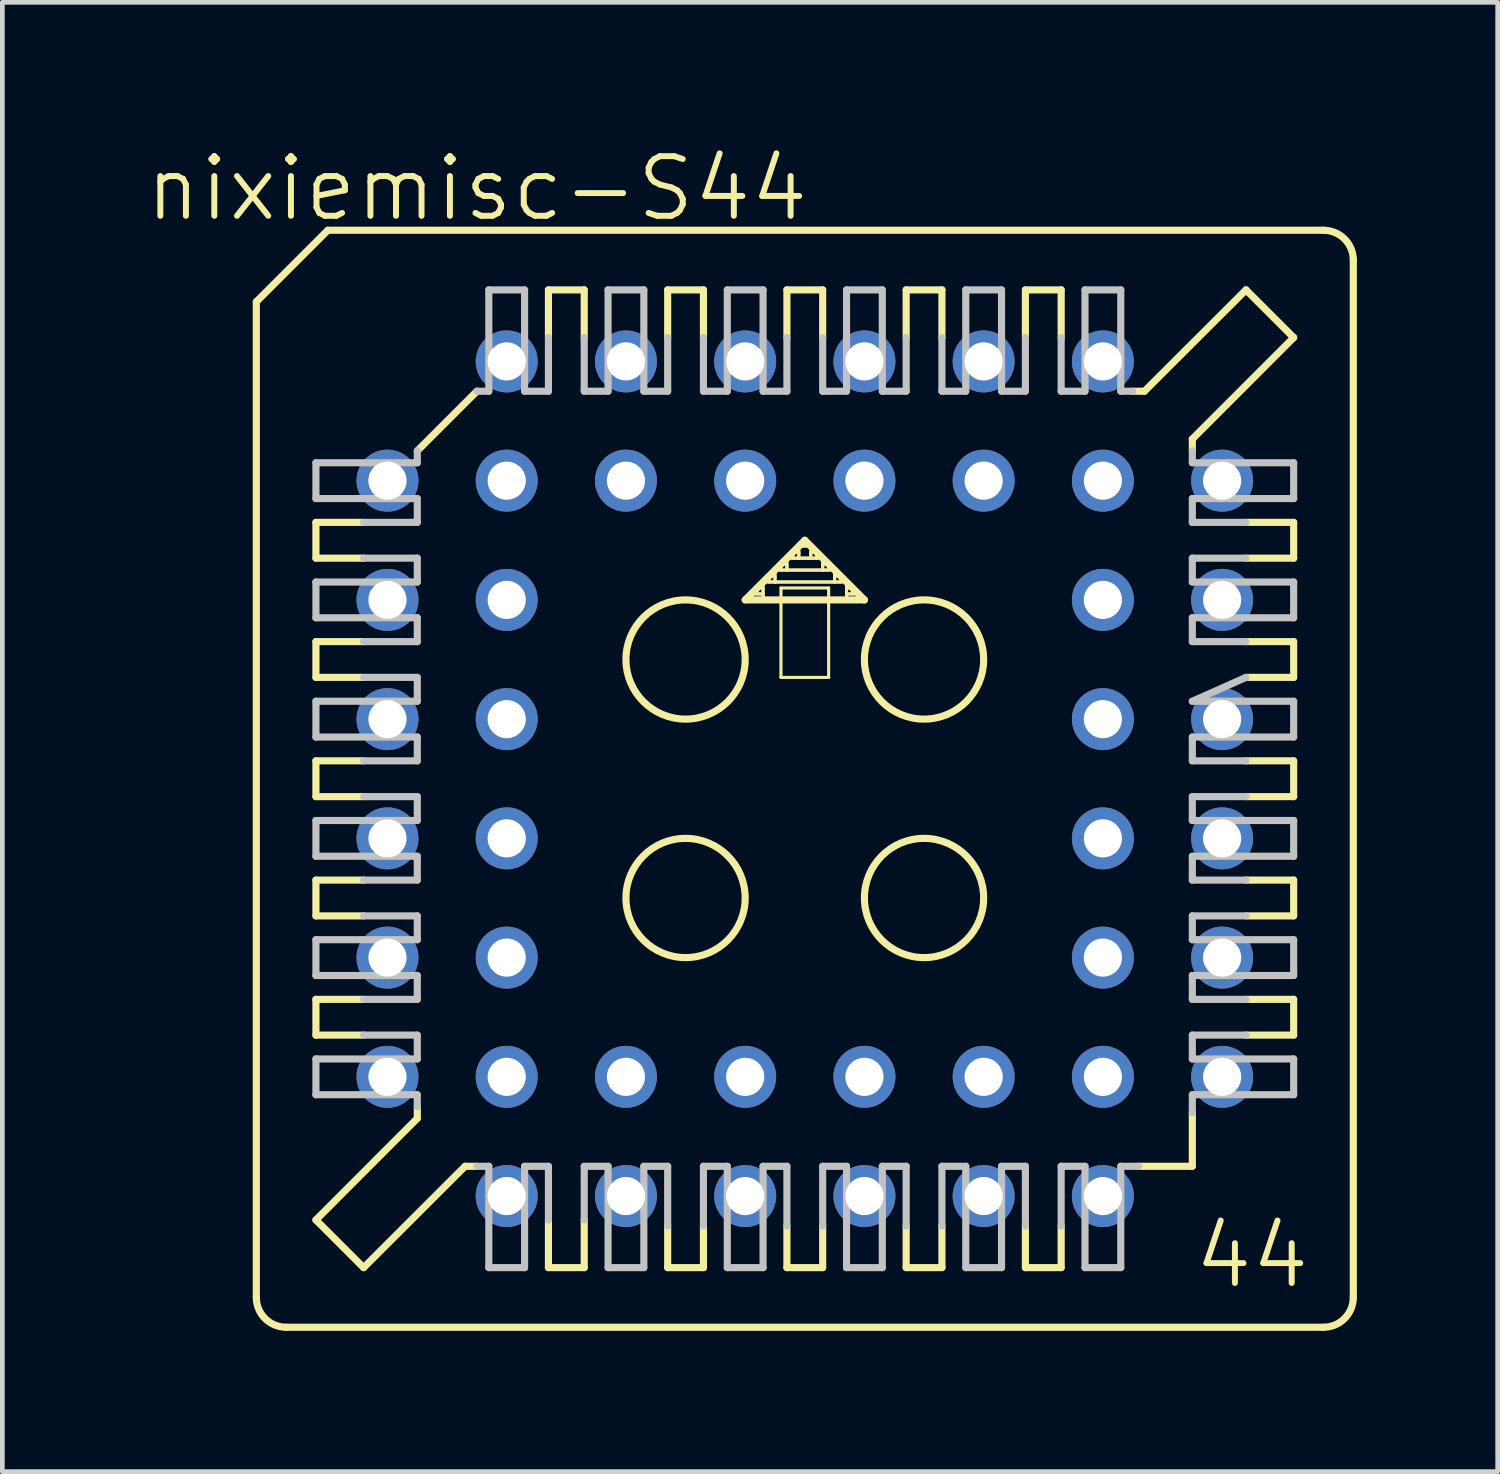
<source format=kicad_pcb>
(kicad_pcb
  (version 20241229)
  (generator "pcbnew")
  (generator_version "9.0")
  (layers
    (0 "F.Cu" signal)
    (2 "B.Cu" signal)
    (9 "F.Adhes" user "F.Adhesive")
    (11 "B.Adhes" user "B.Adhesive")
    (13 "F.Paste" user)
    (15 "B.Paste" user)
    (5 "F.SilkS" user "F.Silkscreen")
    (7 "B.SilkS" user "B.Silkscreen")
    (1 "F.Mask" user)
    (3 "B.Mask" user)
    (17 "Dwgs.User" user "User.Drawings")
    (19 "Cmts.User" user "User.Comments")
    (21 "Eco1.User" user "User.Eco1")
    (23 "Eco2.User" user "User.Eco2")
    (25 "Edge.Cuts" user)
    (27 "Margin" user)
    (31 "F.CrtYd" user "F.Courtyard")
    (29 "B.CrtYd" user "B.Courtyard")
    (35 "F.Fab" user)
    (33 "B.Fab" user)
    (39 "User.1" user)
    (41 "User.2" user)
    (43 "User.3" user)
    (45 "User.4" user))
  (footprint "nixiemisc-S44"
    (layer "F.Cu")
    (at 14.094 13.539)
    (property "Reference" "nixiemisc-S44" (at -6.985 -12.573 0) (unlocked yes) (layer "F.SilkS") (effects (font (size 1.27 1.27) (thickness 0.127))))
    (attr exclude_from_pos_files exclude_from_bom)
    (fp_line (start -11.684 -10.16) (end -11.684 11.049) (stroke (width 0.152) (type solid)) (layer "F.SilkS"))
    (fp_line (start -10.414 -5.461) (end -10.414 -4.699) (stroke (width 0.152) (type solid)) (layer "F.SilkS"))
    (fp_line (start -10.414 -5.461) (end -9.398 -5.461) (stroke (width 0.152) (type solid)) (layer "F.SilkS"))
    (fp_line (start -10.414 -2.921) (end -10.414 -2.159) (stroke (width 0.152) (type solid)) (layer "F.SilkS"))
    (fp_line (start -10.414 -2.921) (end -9.398 -2.921) (stroke (width 0.152) (type solid)) (layer "F.SilkS"))
    (fp_line (start -10.414 0.381) (end -10.414 -0.381) (stroke (width 0.152) (type solid)) (layer "F.SilkS"))
    (fp_line (start -10.414 0.381) (end -9.398 0.381) (stroke (width 0.152) (type solid)) (layer "F.SilkS"))
    (fp_line (start -10.414 2.921) (end -10.414 2.159) (stroke (width 0.152) (type solid)) (layer "F.SilkS"))
    (fp_line (start -10.414 2.921) (end -9.398 2.921) (stroke (width 0.152) (type solid)) (layer "F.SilkS"))
    (fp_line (start -10.414 5.461) (end -10.414 4.699) (stroke (width 0.152) (type solid)) (layer "F.SilkS"))
    (fp_line (start -10.414 5.461) (end -9.398 5.461) (stroke (width 0.152) (type solid)) (layer "F.SilkS"))
    (fp_line (start -10.414 9.398) (end -8.255 7.236) (stroke (width 0.152) (type solid)) (layer "F.SilkS"))
    (fp_line (start -10.16 -11.684) (end -11.684 -10.16) (stroke (width 0.152) (type solid)) (layer "F.SilkS"))
    (fp_line (start -9.398 -4.699) (end -10.414 -4.699) (stroke (width 0.152) (type solid)) (layer "F.SilkS"))
    (fp_line (start -9.398 -2.159) (end -10.414 -2.159) (stroke (width 0.152) (type solid)) (layer "F.SilkS"))
    (fp_line (start -9.398 -0.381) (end -10.414 -0.381) (stroke (width 0.152) (type solid)) (layer "F.SilkS"))
    (fp_line (start -9.398 2.159) (end -10.414 2.159) (stroke (width 0.152) (type solid)) (layer "F.SilkS"))
    (fp_line (start -9.398 4.699) (end -10.414 4.699) (stroke (width 0.152) (type solid)) (layer "F.SilkS"))
    (fp_line (start -9.398 10.414) (end -10.414 9.398) (stroke (width 0.152) (type solid)) (layer "F.SilkS"))
    (fp_line (start -9.398 10.414) (end -7.236 8.255) (stroke (width 0.152) (type solid)) (layer "F.SilkS"))
    (fp_line (start -8.255 -6.985) (end -6.985 -8.255) (stroke (width 0.152) (type solid)) (layer "F.SilkS"))
    (fp_line (start -8.255 7.236) (end -8.255 6.985) (stroke (width 0.152) (type solid)) (layer "F.SilkS"))
    (fp_line (start -7.236 8.255) (end -6.985 8.255) (stroke (width 0.152) (type solid)) (layer "F.SilkS"))
    (fp_line (start -5.461 -9.398) (end -5.461 -10.414) (stroke (width 0.152) (type solid)) (layer "F.SilkS"))
    (fp_line (start -5.461 9.398) (end -5.461 10.414) (stroke (width 0.152) (type solid)) (layer "F.SilkS"))
    (fp_line (start -5.461 10.414) (end -4.699 10.414) (stroke (width 0.152) (type solid)) (layer "F.SilkS"))
    (fp_line (start -4.699 -10.414) (end -5.461 -10.414) (stroke (width 0.152) (type solid)) (layer "F.SilkS"))
    (fp_line (start -4.699 -10.414) (end -4.699 -9.398) (stroke (width 0.152) (type solid)) (layer "F.SilkS"))
    (fp_line (start -4.699 10.414) (end -4.699 9.398) (stroke (width 0.152) (type solid)) (layer "F.SilkS"))
    (fp_line (start -2.921 -9.398) (end -2.921 -10.414) (stroke (width 0.152) (type solid)) (layer "F.SilkS"))
    (fp_line (start -2.921 9.525) (end -2.921 10.414) (stroke (width 0.152) (type solid)) (layer "F.SilkS"))
    (fp_line (start -2.921 10.414) (end -2.159 10.414) (stroke (width 0.152) (type solid)) (layer "F.SilkS"))
    (fp_line (start -2.159 -10.414) (end -2.921 -10.414) (stroke (width 0.152) (type solid)) (layer "F.SilkS"))
    (fp_line (start -2.159 -10.414) (end -2.159 -9.398) (stroke (width 0.152) (type solid)) (layer "F.SilkS"))
    (fp_line (start -2.159 10.414) (end -2.159 9.525) (stroke (width 0.152) (type solid)) (layer "F.SilkS"))
    (fp_line (start -1.27 -3.81) (end 1.27 -3.81) (stroke (width 0.152) (type solid)) (layer "F.SilkS"))
    (fp_line (start -1.143 -3.937) (end -0.889 -3.937) (stroke (width 0.066) (type solid)) (layer "F.SilkS"))
    (fp_line (start -1.143 -3.81) (end -1.143 -3.937) (stroke (width 0.066) (type solid)) (layer "F.SilkS"))
    (fp_line (start -1.143 -3.81) (end -0.889 -3.81) (stroke (width 0.066) (type solid)) (layer "F.SilkS"))
    (fp_line (start -1.016 -4.064) (end -0.889 -4.064) (stroke (width 0.066) (type solid)) (layer "F.SilkS"))
    (fp_line (start -1.016 -3.937) (end -1.016 -4.064) (stroke (width 0.066) (type solid)) (layer "F.SilkS"))
    (fp_line (start -1.016 -3.937) (end -0.889 -3.937) (stroke (width 0.066) (type solid)) (layer "F.SilkS"))
    (fp_line (start -0.889 -4.191) (end 0.889 -4.191) (stroke (width 0.066) (type solid)) (layer "F.SilkS"))
    (fp_line (start -0.889 -3.937) (end -0.889 -4.064) (stroke (width 0.066) (type solid)) (layer "F.SilkS"))
    (fp_line (start -0.889 -3.81) (end -0.889 -4.191) (stroke (width 0.066) (type solid)) (layer "F.SilkS"))
    (fp_line (start -0.889 -3.81) (end -0.889 -3.937) (stroke (width 0.066) (type solid)) (layer "F.SilkS"))
    (fp_line (start -0.889 -3.81) (end 0.889 -3.81) (stroke (width 0.066) (type solid)) (layer "F.SilkS"))
    (fp_line (start -0.762 -4.318) (end -0.635 -4.318) (stroke (width 0.066) (type solid)) (layer "F.SilkS"))
    (fp_line (start -0.762 -4.191) (end -0.762 -4.318) (stroke (width 0.066) (type solid)) (layer "F.SilkS"))
    (fp_line (start -0.762 -4.191) (end -0.635 -4.191) (stroke (width 0.066) (type solid)) (layer "F.SilkS"))
    (fp_line (start -0.635 -4.445) (end 0.635 -4.445) (stroke (width 0.066) (type solid)) (layer "F.SilkS"))
    (fp_line (start -0.635 -4.191) (end -0.635 -4.445) (stroke (width 0.066) (type solid)) (layer "F.SilkS"))
    (fp_line (start -0.635 -4.191) (end -0.635 -4.318) (stroke (width 0.066) (type solid)) (layer "F.SilkS"))
    (fp_line (start -0.635 -4.191) (end 0.635 -4.191) (stroke (width 0.066) (type solid)) (layer "F.SilkS"))
    (fp_line (start -0.508 -4.572) (end -0.381 -4.572) (stroke (width 0.066) (type solid)) (layer "F.SilkS"))
    (fp_line (start -0.508 -4.445) (end -0.508 -4.572) (stroke (width 0.066) (type solid)) (layer "F.SilkS"))
    (fp_line (start -0.508 -4.445) (end -0.381 -4.445) (stroke (width 0.066) (type solid)) (layer "F.SilkS"))
    (fp_line (start -0.508 -4.064) (end 0.508 -4.064) (stroke (width 0.066) (type solid)) (layer "F.SilkS"))
    (fp_line (start -0.508 -2.159) (end -0.508 -4.064) (stroke (width 0.066) (type solid)) (layer "F.SilkS"))
    (fp_line (start -0.508 -2.159) (end 0.508 -2.159) (stroke (width 0.066) (type solid)) (layer "F.SilkS"))
    (fp_line (start -0.381 -9.398) (end -0.381 -10.414) (stroke (width 0.152) (type solid)) (layer "F.SilkS"))
    (fp_line (start -0.381 -4.699) (end 0.381 -4.699) (stroke (width 0.066) (type solid)) (layer "F.SilkS"))
    (fp_line (start -0.381 -4.445) (end -0.381 -4.699) (stroke (width 0.066) (type solid)) (layer "F.SilkS"))
    (fp_line (start -0.381 -4.445) (end -0.381 -4.572) (stroke (width 0.066) (type solid)) (layer "F.SilkS"))
    (fp_line (start -0.381 -4.445) (end 0.381 -4.445) (stroke (width 0.066) (type solid)) (layer "F.SilkS"))
    (fp_line (start -0.381 9.525) (end -0.381 10.414) (stroke (width 0.152) (type solid)) (layer "F.SilkS"))
    (fp_line (start -0.381 10.414) (end 0.381 10.414) (stroke (width 0.152) (type solid)) (layer "F.SilkS"))
    (fp_line (start -0.254 -4.826) (end -0.127 -4.826) (stroke (width 0.066) (type solid)) (layer "F.SilkS"))
    (fp_line (start -0.254 -4.699) (end -0.254 -4.826) (stroke (width 0.066) (type solid)) (layer "F.SilkS"))
    (fp_line (start -0.254 -4.699) (end -0.127 -4.699) (stroke (width 0.066) (type solid)) (layer "F.SilkS"))
    (fp_line (start -0.127 -4.953) (end 0.127 -4.953) (stroke (width 0.066) (type solid)) (layer "F.SilkS"))
    (fp_line (start -0.127 -4.699) (end -0.127 -4.953) (stroke (width 0.066) (type solid)) (layer "F.SilkS"))
    (fp_line (start -0.127 -4.699) (end -0.127 -4.826) (stroke (width 0.066) (type solid)) (layer "F.SilkS"))
    (fp_line (start -0.127 -4.699) (end 0.127 -4.699) (stroke (width 0.066) (type solid)) (layer "F.SilkS"))
    (fp_line (start 0 -5.08) (end -1.27 -3.81) (stroke (width 0.152) (type solid)) (layer "F.SilkS"))
    (fp_line (start 0.127 -4.826) (end 0.254 -4.826) (stroke (width 0.066) (type solid)) (layer "F.SilkS"))
    (fp_line (start 0.127 -4.699) (end 0.127 -4.953) (stroke (width 0.066) (type solid)) (layer "F.SilkS"))
    (fp_line (start 0.127 -4.699) (end 0.127 -4.826) (stroke (width 0.066) (type solid)) (layer "F.SilkS"))
    (fp_line (start 0.127 -4.699) (end 0.254 -4.699) (stroke (width 0.066) (type solid)) (layer "F.SilkS"))
    (fp_line (start 0.254 -4.699) (end 0.254 -4.826) (stroke (width 0.066) (type solid)) (layer "F.SilkS"))
    (fp_line (start 0.381 -10.414) (end -0.381 -10.414) (stroke (width 0.152) (type solid)) (layer "F.SilkS"))
    (fp_line (start 0.381 -10.414) (end 0.381 -9.398) (stroke (width 0.152) (type solid)) (layer "F.SilkS"))
    (fp_line (start 0.381 -4.572) (end 0.508 -4.572) (stroke (width 0.066) (type solid)) (layer "F.SilkS"))
    (fp_line (start 0.381 -4.445) (end 0.381 -4.699) (stroke (width 0.066) (type solid)) (layer "F.SilkS"))
    (fp_line (start 0.381 -4.445) (end 0.381 -4.572) (stroke (width 0.066) (type solid)) (layer "F.SilkS"))
    (fp_line (start 0.381 -4.445) (end 0.508 -4.445) (stroke (width 0.066) (type solid)) (layer "F.SilkS"))
    (fp_line (start 0.381 10.414) (end 0.381 9.525) (stroke (width 0.152) (type solid)) (layer "F.SilkS"))
    (fp_line (start 0.508 -4.445) (end 0.508 -4.572) (stroke (width 0.066) (type solid)) (layer "F.SilkS"))
    (fp_line (start 0.508 -2.159) (end 0.508 -4.064) (stroke (width 0.066) (type solid)) (layer "F.SilkS"))
    (fp_line (start 0.635 -4.318) (end 0.762 -4.318) (stroke (width 0.066) (type solid)) (layer "F.SilkS"))
    (fp_line (start 0.635 -4.191) (end 0.635 -4.445) (stroke (width 0.066) (type solid)) (layer "F.SilkS"))
    (fp_line (start 0.635 -4.191) (end 0.635 -4.318) (stroke (width 0.066) (type solid)) (layer "F.SilkS"))
    (fp_line (start 0.635 -4.191) (end 0.762 -4.191) (stroke (width 0.066) (type solid)) (layer "F.SilkS"))
    (fp_line (start 0.762 -4.191) (end 0.762 -4.318) (stroke (width 0.066) (type solid)) (layer "F.SilkS"))
    (fp_line (start 0.889 -4.064) (end 1.016 -4.064) (stroke (width 0.066) (type solid)) (layer "F.SilkS"))
    (fp_line (start 0.889 -3.937) (end 0.889 -4.064) (stroke (width 0.066) (type solid)) (layer "F.SilkS"))
    (fp_line (start 0.889 -3.937) (end 1.016 -3.937) (stroke (width 0.066) (type solid)) (layer "F.SilkS"))
    (fp_line (start 0.889 -3.937) (end 1.143 -3.937) (stroke (width 0.066) (type solid)) (layer "F.SilkS"))
    (fp_line (start 0.889 -3.81) (end 0.889 -4.191) (stroke (width 0.066) (type solid)) (layer "F.SilkS"))
    (fp_line (start 0.889 -3.81) (end 0.889 -3.937) (stroke (width 0.066) (type solid)) (layer "F.SilkS"))
    (fp_line (start 0.889 -3.81) (end 1.143 -3.81) (stroke (width 0.066) (type solid)) (layer "F.SilkS"))
    (fp_line (start 1.016 -3.937) (end 1.016 -4.064) (stroke (width 0.066) (type solid)) (layer "F.SilkS"))
    (fp_line (start 1.143 -3.81) (end 1.143 -3.937) (stroke (width 0.066) (type solid)) (layer "F.SilkS"))
    (fp_line (start 1.27 -3.81) (end 0 -5.08) (stroke (width 0.152) (type solid)) (layer "F.SilkS"))
    (fp_line (start 2.159 -9.398) (end 2.159 -10.414) (stroke (width 0.152) (type solid)) (layer "F.SilkS"))
    (fp_line (start 2.159 9.525) (end 2.159 10.414) (stroke (width 0.152) (type solid)) (layer "F.SilkS"))
    (fp_line (start 2.159 10.414) (end 2.921 10.414) (stroke (width 0.152) (type solid)) (layer "F.SilkS"))
    (fp_line (start 2.921 -10.414) (end 2.159 -10.414) (stroke (width 0.152) (type solid)) (layer "F.SilkS"))
    (fp_line (start 2.921 -10.414) (end 2.921 -9.398) (stroke (width 0.152) (type solid)) (layer "F.SilkS"))
    (fp_line (start 2.921 10.414) (end 2.921 9.525) (stroke (width 0.152) (type solid)) (layer "F.SilkS"))
    (fp_line (start 4.699 -9.398) (end 4.699 -10.414) (stroke (width 0.152) (type solid)) (layer "F.SilkS"))
    (fp_line (start 4.699 9.525) (end 4.699 10.414) (stroke (width 0.152) (type solid)) (layer "F.SilkS"))
    (fp_line (start 4.699 10.414) (end 5.461 10.414) (stroke (width 0.152) (type solid)) (layer "F.SilkS"))
    (fp_line (start 5.461 -10.414) (end 4.699 -10.414) (stroke (width 0.152) (type solid)) (layer "F.SilkS"))
    (fp_line (start 5.461 -10.414) (end 5.461 -9.398) (stroke (width 0.152) (type solid)) (layer "F.SilkS"))
    (fp_line (start 5.461 10.414) (end 5.461 9.525) (stroke (width 0.152) (type solid)) (layer "F.SilkS"))
    (fp_line (start 7.112 8.255) (end 8.255 8.255) (stroke (width 0.152) (type solid)) (layer "F.SilkS"))
    (fp_line (start 7.236 -8.255) (end 6.985 -8.255) (stroke (width 0.152) (type solid)) (layer "F.SilkS"))
    (fp_line (start 8.255 -7.236) (end 8.255 -6.985) (stroke (width 0.152) (type solid)) (layer "F.SilkS"))
    (fp_line (start 8.255 8.255) (end 8.255 7.112) (stroke (width 0.152) (type solid)) (layer "F.SilkS"))
    (fp_line (start 9.398 -10.414) (end 7.236 -8.255) (stroke (width 0.152) (type solid)) (layer "F.SilkS"))
    (fp_line (start 9.398 -4.699) (end 10.414 -4.699) (stroke (width 0.152) (type solid)) (layer "F.SilkS"))
    (fp_line (start 9.398 -2.159) (end 10.414 -2.159) (stroke (width 0.152) (type solid)) (layer "F.SilkS"))
    (fp_line (start 9.398 0.381) (end 10.414 0.381) (stroke (width 0.152) (type solid)) (layer "F.SilkS"))
    (fp_line (start 9.398 2.159) (end 10.414 2.159) (stroke (width 0.152) (type solid)) (layer "F.SilkS"))
    (fp_line (start 9.398 4.699) (end 10.414 4.699) (stroke (width 0.152) (type solid)) (layer "F.SilkS"))
    (fp_line (start 10.414 -9.398) (end 8.255 -7.236) (stroke (width 0.152) (type solid)) (layer "F.SilkS"))
    (fp_line (start 10.414 -9.398) (end 9.398 -10.414) (stroke (width 0.152) (type solid)) (layer "F.SilkS"))
    (fp_line (start 10.414 -5.461) (end 9.398 -5.461) (stroke (width 0.152) (type solid)) (layer "F.SilkS"))
    (fp_line (start 10.414 -5.461) (end 10.414 -4.699) (stroke (width 0.152) (type solid)) (layer "F.SilkS"))
    (fp_line (start 10.414 -2.921) (end 9.398 -2.921) (stroke (width 0.152) (type solid)) (layer "F.SilkS"))
    (fp_line (start 10.414 -2.921) (end 10.414 -2.159) (stroke (width 0.152) (type solid)) (layer "F.SilkS"))
    (fp_line (start 10.414 -0.381) (end 9.398 -0.381) (stroke (width 0.152) (type solid)) (layer "F.SilkS"))
    (fp_line (start 10.414 -0.381) (end 10.414 0.381) (stroke (width 0.152) (type solid)) (layer "F.SilkS"))
    (fp_line (start 10.414 2.921) (end 9.398 2.921) (stroke (width 0.152) (type solid)) (layer "F.SilkS"))
    (fp_line (start 10.414 2.921) (end 10.414 2.159) (stroke (width 0.152) (type solid)) (layer "F.SilkS"))
    (fp_line (start 10.414 5.461) (end 9.398 5.461) (stroke (width 0.152) (type solid)) (layer "F.SilkS"))
    (fp_line (start 10.414 5.461) (end 10.414 4.699) (stroke (width 0.152) (type solid)) (layer "F.SilkS"))
    (fp_line (start 11.049 -11.684) (end -10.16 -11.684) (stroke (width 0.152) (type solid)) (layer "F.SilkS"))
    (fp_line (start 11.049 11.684) (end -11.049 11.684) (stroke (width 0.152) (type solid)) (layer "F.SilkS"))
    (fp_line (start 11.684 -11.049) (end 11.684 11.049) (stroke (width 0.152) (type solid)) (layer "F.SilkS"))
    (fp_arc (start -11.049 11.684) (mid -11.498013 11.498013) (end -11.684 11.049) (stroke (width 0.1524) (type solid)) (layer "F.SilkS"))
    (fp_arc (start 11.049 -11.684) (mid 11.498013 -11.498013) (end 11.684 -11.049) (stroke (width 0.1524) (type solid)) (layer "F.SilkS"))
    (fp_arc (start 11.684 11.049) (mid 11.498013 11.498013) (end 11.049 11.684) (stroke (width 0.1524) (type solid)) (layer "F.SilkS"))
    (fp_circle (center -2.54 -2.54) (end -2.54 -3.81) (stroke (width 0.152) (type solid)) (fill no) (layer "F.SilkS"))
    (fp_circle (center -2.54 2.54) (end -2.54 1.27) (stroke (width 0.152) (type solid)) (fill no) (layer "F.SilkS"))
    (fp_circle (center 2.54 -2.54) (end 2.54 -3.81) (stroke (width 0.152) (type solid)) (fill no) (layer "F.SilkS"))
    (fp_circle (center 2.54 2.54) (end 2.54 1.27) (stroke (width 0.152) (type solid)) (fill no) (layer "F.SilkS"))
    (fp_line (start -10.414 -6.731) (end -10.414 -5.969) (stroke (width 0.152) (type solid)) (layer "Dwgs.User"))
    (fp_line (start -10.414 -6.731) (end -8.255 -6.731) (stroke (width 0.152) (type solid)) (layer "Dwgs.User"))
    (fp_line (start -10.414 -4.191) (end -10.414 -3.429) (stroke (width 0.152) (type solid)) (layer "Dwgs.User"))
    (fp_line (start -10.414 -4.191) (end -8.255 -4.191) (stroke (width 0.152) (type solid)) (layer "Dwgs.User"))
    (fp_line (start -10.414 -0.889) (end -10.414 -1.651) (stroke (width 0.152) (type solid)) (layer "Dwgs.User"))
    (fp_line (start -10.414 -0.889) (end -8.255 -0.889) (stroke (width 0.152) (type solid)) (layer "Dwgs.User"))
    (fp_line (start -10.414 1.651) (end -10.414 0.889) (stroke (width 0.152) (type solid)) (layer "Dwgs.User"))
    (fp_line (start -10.414 1.651) (end -8.255 1.651) (stroke (width 0.152) (type solid)) (layer "Dwgs.User"))
    (fp_line (start -10.414 4.191) (end -10.414 3.429) (stroke (width 0.152) (type solid)) (layer "Dwgs.User"))
    (fp_line (start -10.414 4.191) (end -8.255 4.191) (stroke (width 0.152) (type solid)) (layer "Dwgs.User"))
    (fp_line (start -10.414 6.731) (end -10.414 5.969) (stroke (width 0.152) (type solid)) (layer "Dwgs.User"))
    (fp_line (start -10.414 6.731) (end -8.255 6.731) (stroke (width 0.152) (type solid)) (layer "Dwgs.User"))
    (fp_line (start -9.398 -4.699) (end -8.255 -4.699) (stroke (width 0.152) (type solid)) (layer "Dwgs.User"))
    (fp_line (start -9.398 -2.159) (end -8.255 -2.159) (stroke (width 0.152) (type solid)) (layer "Dwgs.User"))
    (fp_line (start -9.398 -0.381) (end -8.255 -0.381) (stroke (width 0.152) (type solid)) (layer "Dwgs.User"))
    (fp_line (start -9.398 2.159) (end -8.255 2.159) (stroke (width 0.152) (type solid)) (layer "Dwgs.User"))
    (fp_line (start -9.398 4.699) (end -8.255 4.699) (stroke (width 0.152) (type solid)) (layer "Dwgs.User"))
    (fp_line (start -8.255 -6.731) (end -8.255 -6.985) (stroke (width 0.152) (type solid)) (layer "Dwgs.User"))
    (fp_line (start -8.255 -5.969) (end -10.414 -5.969) (stroke (width 0.152) (type solid)) (layer "Dwgs.User"))
    (fp_line (start -8.255 -5.969) (end -8.255 -5.461) (stroke (width 0.152) (type solid)) (layer "Dwgs.User"))
    (fp_line (start -8.255 -5.461) (end -9.398 -5.461) (stroke (width 0.152) (type solid)) (layer "Dwgs.User"))
    (fp_line (start -8.255 -4.699) (end -8.255 -4.191) (stroke (width 0.152) (type solid)) (layer "Dwgs.User"))
    (fp_line (start -8.255 -3.429) (end -10.414 -3.429) (stroke (width 0.152) (type solid)) (layer "Dwgs.User"))
    (fp_line (start -8.255 -3.429) (end -8.255 -2.921) (stroke (width 0.152) (type solid)) (layer "Dwgs.User"))
    (fp_line (start -8.255 -2.921) (end -9.398 -2.921) (stroke (width 0.152) (type solid)) (layer "Dwgs.User"))
    (fp_line (start -8.255 -2.159) (end -8.255 -1.651) (stroke (width 0.152) (type solid)) (layer "Dwgs.User"))
    (fp_line (start -8.255 -1.651) (end -10.414 -1.651) (stroke (width 0.152) (type solid)) (layer "Dwgs.User"))
    (fp_line (start -8.255 -0.381) (end -8.255 -0.889) (stroke (width 0.152) (type solid)) (layer "Dwgs.User"))
    (fp_line (start -8.255 0.381) (end -9.398 0.381) (stroke (width 0.152) (type solid)) (layer "Dwgs.User"))
    (fp_line (start -8.255 0.889) (end -10.414 0.889) (stroke (width 0.152) (type solid)) (layer "Dwgs.User"))
    (fp_line (start -8.255 0.889) (end -8.255 0.381) (stroke (width 0.152) (type solid)) (layer "Dwgs.User"))
    (fp_line (start -8.255 2.159) (end -8.255 1.651) (stroke (width 0.152) (type solid)) (layer "Dwgs.User"))
    (fp_line (start -8.255 2.921) (end -9.398 2.921) (stroke (width 0.152) (type solid)) (layer "Dwgs.User"))
    (fp_line (start -8.255 3.429) (end -10.414 3.429) (stroke (width 0.152) (type solid)) (layer "Dwgs.User"))
    (fp_line (start -8.255 3.429) (end -8.255 2.921) (stroke (width 0.152) (type solid)) (layer "Dwgs.User"))
    (fp_line (start -8.255 4.699) (end -8.255 4.191) (stroke (width 0.152) (type solid)) (layer "Dwgs.User"))
    (fp_line (start -8.255 5.461) (end -9.398 5.461) (stroke (width 0.152) (type solid)) (layer "Dwgs.User"))
    (fp_line (start -8.255 5.969) (end -10.414 5.969) (stroke (width 0.152) (type solid)) (layer "Dwgs.User"))
    (fp_line (start -8.255 5.969) (end -8.255 5.461) (stroke (width 0.152) (type solid)) (layer "Dwgs.User"))
    (fp_line (start -8.255 6.985) (end -8.255 6.731) (stroke (width 0.152) (type solid)) (layer "Dwgs.User"))
    (fp_line (start -6.985 -8.255) (end -6.731 -8.255) (stroke (width 0.152) (type solid)) (layer "Dwgs.User"))
    (fp_line (start -6.731 -8.255) (end -6.731 -10.414) (stroke (width 0.152) (type solid)) (layer "Dwgs.User"))
    (fp_line (start -6.731 8.255) (end -6.985 8.255) (stroke (width 0.152) (type solid)) (layer "Dwgs.User"))
    (fp_line (start -6.731 10.414) (end -6.731 8.255) (stroke (width 0.152) (type solid)) (layer "Dwgs.User"))
    (fp_line (start -6.731 10.414) (end -5.969 10.414) (stroke (width 0.152) (type solid)) (layer "Dwgs.User"))
    (fp_line (start -5.969 -10.414) (end -6.731 -10.414) (stroke (width 0.152) (type solid)) (layer "Dwgs.User"))
    (fp_line (start -5.969 -10.414) (end -5.969 -8.255) (stroke (width 0.152) (type solid)) (layer "Dwgs.User"))
    (fp_line (start -5.969 8.255) (end -5.969 10.414) (stroke (width 0.152) (type solid)) (layer "Dwgs.User"))
    (fp_line (start -5.461 -9.398) (end -5.461 -8.255) (stroke (width 0.152) (type solid)) (layer "Dwgs.User"))
    (fp_line (start -5.461 -8.255) (end -5.969 -8.255) (stroke (width 0.152) (type solid)) (layer "Dwgs.User"))
    (fp_line (start -5.461 8.255) (end -5.969 8.255) (stroke (width 0.152) (type solid)) (layer "Dwgs.User"))
    (fp_line (start -5.461 9.398) (end -5.461 8.255) (stroke (width 0.152) (type solid)) (layer "Dwgs.User"))
    (fp_line (start -4.699 -8.255) (end -4.699 -9.398) (stroke (width 0.152) (type solid)) (layer "Dwgs.User"))
    (fp_line (start -4.699 8.255) (end -4.699 9.398) (stroke (width 0.152) (type solid)) (layer "Dwgs.User"))
    (fp_line (start -4.699 8.255) (end -4.191 8.255) (stroke (width 0.152) (type solid)) (layer "Dwgs.User"))
    (fp_line (start -4.191 -8.255) (end -4.699 -8.255) (stroke (width 0.152) (type solid)) (layer "Dwgs.User"))
    (fp_line (start -4.191 -8.255) (end -4.191 -10.414) (stroke (width 0.152) (type solid)) (layer "Dwgs.User"))
    (fp_line (start -4.191 10.414) (end -4.191 8.255) (stroke (width 0.152) (type solid)) (layer "Dwgs.User"))
    (fp_line (start -4.191 10.414) (end -3.429 10.414) (stroke (width 0.152) (type solid)) (layer "Dwgs.User"))
    (fp_line (start -3.429 -10.414) (end -4.191 -10.414) (stroke (width 0.152) (type solid)) (layer "Dwgs.User"))
    (fp_line (start -3.429 -10.414) (end -3.429 -8.255) (stroke (width 0.152) (type solid)) (layer "Dwgs.User"))
    (fp_line (start -3.429 8.255) (end -3.429 10.414) (stroke (width 0.152) (type solid)) (layer "Dwgs.User"))
    (fp_line (start -3.429 8.255) (end -2.921 8.255) (stroke (width 0.152) (type solid)) (layer "Dwgs.User"))
    (fp_line (start -2.921 -9.398) (end -2.921 -8.255) (stroke (width 0.152) (type solid)) (layer "Dwgs.User"))
    (fp_line (start -2.921 -8.255) (end -3.429 -8.255) (stroke (width 0.152) (type solid)) (layer "Dwgs.User"))
    (fp_line (start -2.921 9.525) (end -2.921 8.255) (stroke (width 0.152) (type solid)) (layer "Dwgs.User"))
    (fp_line (start -2.159 -8.255) (end -2.159 -9.398) (stroke (width 0.152) (type solid)) (layer "Dwgs.User"))
    (fp_line (start -2.159 8.255) (end -2.159 9.525) (stroke (width 0.152) (type solid)) (layer "Dwgs.User"))
    (fp_line (start -2.159 8.255) (end -1.651 8.255) (stroke (width 0.152) (type solid)) (layer "Dwgs.User"))
    (fp_line (start -1.651 -8.255) (end -2.159 -8.255) (stroke (width 0.152) (type solid)) (layer "Dwgs.User"))
    (fp_line (start -1.651 -8.255) (end -1.651 -10.414) (stroke (width 0.152) (type solid)) (layer "Dwgs.User"))
    (fp_line (start -1.651 10.414) (end -1.651 8.255) (stroke (width 0.152) (type solid)) (layer "Dwgs.User"))
    (fp_line (start -1.651 10.414) (end -0.889 10.414) (stroke (width 0.152) (type solid)) (layer "Dwgs.User"))
    (fp_line (start -0.889 -10.414) (end -1.651 -10.414) (stroke (width 0.152) (type solid)) (layer "Dwgs.User"))
    (fp_line (start -0.889 -10.414) (end -0.889 -8.255) (stroke (width 0.152) (type solid)) (layer "Dwgs.User"))
    (fp_line (start -0.889 8.255) (end -0.889 10.414) (stroke (width 0.152) (type solid)) (layer "Dwgs.User"))
    (fp_line (start -0.889 8.255) (end -0.381 8.255) (stroke (width 0.152) (type solid)) (layer "Dwgs.User"))
    (fp_line (start -0.381 -9.398) (end -0.381 -8.255) (stroke (width 0.152) (type solid)) (layer "Dwgs.User"))
    (fp_line (start -0.381 -8.255) (end -0.889 -8.255) (stroke (width 0.152) (type solid)) (layer "Dwgs.User"))
    (fp_line (start -0.381 9.525) (end -0.381 8.255) (stroke (width 0.152) (type solid)) (layer "Dwgs.User"))
    (fp_line (start 0.381 -8.255) (end 0.381 -9.398) (stroke (width 0.152) (type solid)) (layer "Dwgs.User"))
    (fp_line (start 0.381 8.255) (end 0.381 9.525) (stroke (width 0.152) (type solid)) (layer "Dwgs.User"))
    (fp_line (start 0.381 8.255) (end 0.889 8.255) (stroke (width 0.152) (type solid)) (layer "Dwgs.User"))
    (fp_line (start 0.889 -8.255) (end 0.381 -8.255) (stroke (width 0.152) (type solid)) (layer "Dwgs.User"))
    (fp_line (start 0.889 -8.255) (end 0.889 -10.414) (stroke (width 0.152) (type solid)) (layer "Dwgs.User"))
    (fp_line (start 0.889 10.414) (end 0.889 8.255) (stroke (width 0.152) (type solid)) (layer "Dwgs.User"))
    (fp_line (start 0.889 10.414) (end 1.651 10.414) (stroke (width 0.152) (type solid)) (layer "Dwgs.User"))
    (fp_line (start 1.651 -10.414) (end 0.889 -10.414) (stroke (width 0.152) (type solid)) (layer "Dwgs.User"))
    (fp_line (start 1.651 -10.414) (end 1.651 -8.255) (stroke (width 0.152) (type solid)) (layer "Dwgs.User"))
    (fp_line (start 1.651 8.255) (end 1.651 10.414) (stroke (width 0.152) (type solid)) (layer "Dwgs.User"))
    (fp_line (start 1.651 8.255) (end 2.159 8.255) (stroke (width 0.152) (type solid)) (layer "Dwgs.User"))
    (fp_line (start 2.159 -9.398) (end 2.159 -8.255) (stroke (width 0.152) (type solid)) (layer "Dwgs.User"))
    (fp_line (start 2.159 -8.255) (end 1.651 -8.255) (stroke (width 0.152) (type solid)) (layer "Dwgs.User"))
    (fp_line (start 2.159 9.525) (end 2.159 8.255) (stroke (width 0.152) (type solid)) (layer "Dwgs.User"))
    (fp_line (start 2.921 -8.255) (end 2.921 -9.398) (stroke (width 0.152) (type solid)) (layer "Dwgs.User"))
    (fp_line (start 2.921 8.255) (end 2.921 9.525) (stroke (width 0.152) (type solid)) (layer "Dwgs.User"))
    (fp_line (start 2.921 8.255) (end 3.429 8.255) (stroke (width 0.152) (type solid)) (layer "Dwgs.User"))
    (fp_line (start 3.429 -8.255) (end 2.921 -8.255) (stroke (width 0.152) (type solid)) (layer "Dwgs.User"))
    (fp_line (start 3.429 -8.255) (end 3.429 -10.414) (stroke (width 0.152) (type solid)) (layer "Dwgs.User"))
    (fp_line (start 3.429 10.414) (end 3.429 8.255) (stroke (width 0.152) (type solid)) (layer "Dwgs.User"))
    (fp_line (start 3.429 10.414) (end 4.191 10.414) (stroke (width 0.152) (type solid)) (layer "Dwgs.User"))
    (fp_line (start 4.191 -10.414) (end 3.429 -10.414) (stroke (width 0.152) (type solid)) (layer "Dwgs.User"))
    (fp_line (start 4.191 -10.414) (end 4.191 -8.255) (stroke (width 0.152) (type solid)) (layer "Dwgs.User"))
    (fp_line (start 4.191 8.255) (end 4.191 10.414) (stroke (width 0.152) (type solid)) (layer "Dwgs.User"))
    (fp_line (start 4.191 8.255) (end 4.699 8.255) (stroke (width 0.152) (type solid)) (layer "Dwgs.User"))
    (fp_line (start 4.699 -9.398) (end 4.699 -8.255) (stroke (width 0.152) (type solid)) (layer "Dwgs.User"))
    (fp_line (start 4.699 -8.255) (end 4.191 -8.255) (stroke (width 0.152) (type solid)) (layer "Dwgs.User"))
    (fp_line (start 4.699 9.525) (end 4.699 8.255) (stroke (width 0.152) (type solid)) (layer "Dwgs.User"))
    (fp_line (start 5.461 -8.255) (end 5.461 -9.398) (stroke (width 0.152) (type solid)) (layer "Dwgs.User"))
    (fp_line (start 5.461 8.255) (end 5.461 9.525) (stroke (width 0.152) (type solid)) (layer "Dwgs.User"))
    (fp_line (start 5.461 8.255) (end 5.969 8.255) (stroke (width 0.152) (type solid)) (layer "Dwgs.User"))
    (fp_line (start 5.969 -8.255) (end 5.461 -8.255) (stroke (width 0.152) (type solid)) (layer "Dwgs.User"))
    (fp_line (start 5.969 -8.255) (end 5.969 -10.414) (stroke (width 0.152) (type solid)) (layer "Dwgs.User"))
    (fp_line (start 5.969 10.414) (end 5.969 8.255) (stroke (width 0.152) (type solid)) (layer "Dwgs.User"))
    (fp_line (start 5.969 10.414) (end 6.731 10.414) (stroke (width 0.152) (type solid)) (layer "Dwgs.User"))
    (fp_line (start 6.731 -10.414) (end 5.969 -10.414) (stroke (width 0.152) (type solid)) (layer "Dwgs.User"))
    (fp_line (start 6.731 -10.414) (end 6.731 -8.255) (stroke (width 0.152) (type solid)) (layer "Dwgs.User"))
    (fp_line (start 6.731 -8.255) (end 6.985 -8.255) (stroke (width 0.152) (type solid)) (layer "Dwgs.User"))
    (fp_line (start 6.731 8.255) (end 6.731 10.414) (stroke (width 0.152) (type solid)) (layer "Dwgs.User"))
    (fp_line (start 7.112 8.255) (end 6.731 8.255) (stroke (width 0.152) (type solid)) (layer "Dwgs.User"))
    (fp_line (start 8.255 -6.731) (end 8.255 -6.985) (stroke (width 0.152) (type solid)) (layer "Dwgs.User"))
    (fp_line (start 8.255 -5.969) (end 8.255 -5.461) (stroke (width 0.152) (type solid)) (layer "Dwgs.User"))
    (fp_line (start 8.255 -5.969) (end 10.414 -5.969) (stroke (width 0.152) (type solid)) (layer "Dwgs.User"))
    (fp_line (start 8.255 -5.461) (end 9.398 -5.461) (stroke (width 0.152) (type solid)) (layer "Dwgs.User"))
    (fp_line (start 8.255 -4.699) (end 8.255 -4.191) (stroke (width 0.152) (type solid)) (layer "Dwgs.User"))
    (fp_line (start 8.255 -3.429) (end 8.255 -2.921) (stroke (width 0.152) (type solid)) (layer "Dwgs.User"))
    (fp_line (start 8.255 -3.429) (end 10.414 -3.429) (stroke (width 0.152) (type solid)) (layer "Dwgs.User"))
    (fp_line (start 8.255 -2.921) (end 9.398 -2.921) (stroke (width 0.152) (type solid)) (layer "Dwgs.User"))
    (fp_line (start 8.255 -0.889) (end 8.255 -0.381) (stroke (width 0.152) (type solid)) (layer "Dwgs.User"))
    (fp_line (start 8.255 -0.889) (end 10.414 -0.889) (stroke (width 0.152) (type solid)) (layer "Dwgs.User"))
    (fp_line (start 8.255 -0.381) (end 9.398 -0.381) (stroke (width 0.152) (type solid)) (layer "Dwgs.User"))
    (fp_line (start 8.255 0.381) (end 8.255 0.889) (stroke (width 0.152) (type solid)) (layer "Dwgs.User"))
    (fp_line (start 8.255 1.651) (end 8.255 2.159) (stroke (width 0.152) (type solid)) (layer "Dwgs.User"))
    (fp_line (start 8.255 1.651) (end 10.414 1.651) (stroke (width 0.152) (type solid)) (layer "Dwgs.User"))
    (fp_line (start 8.255 2.159) (end 9.398 2.159) (stroke (width 0.152) (type solid)) (layer "Dwgs.User"))
    (fp_line (start 8.255 2.921) (end 9.398 2.921) (stroke (width 0.152) (type solid)) (layer "Dwgs.User"))
    (fp_line (start 8.255 3.429) (end 8.255 2.921) (stroke (width 0.152) (type solid)) (layer "Dwgs.User"))
    (fp_line (start 8.255 3.429) (end 10.414 3.429) (stroke (width 0.152) (type solid)) (layer "Dwgs.User"))
    (fp_line (start 8.255 4.699) (end 8.255 4.191) (stroke (width 0.152) (type solid)) (layer "Dwgs.User"))
    (fp_line (start 8.255 5.461) (end 9.398 5.461) (stroke (width 0.152) (type solid)) (layer "Dwgs.User"))
    (fp_line (start 8.255 5.969) (end 8.255 5.461) (stroke (width 0.152) (type solid)) (layer "Dwgs.User"))
    (fp_line (start 8.255 5.969) (end 10.414 5.969) (stroke (width 0.152) (type solid)) (layer "Dwgs.User"))
    (fp_line (start 8.255 6.731) (end 8.255 7.112) (stroke (width 0.152) (type solid)) (layer "Dwgs.User"))
    (fp_line (start 9.398 -4.699) (end 8.255 -4.699) (stroke (width 0.152) (type solid)) (layer "Dwgs.User"))
    (fp_line (start 9.398 -2.159) (end 8.255 -1.651) (stroke (width 0.152) (type solid)) (layer "Dwgs.User"))
    (fp_line (start 9.398 0.381) (end 8.255 0.381) (stroke (width 0.152) (type solid)) (layer "Dwgs.User"))
    (fp_line (start 9.398 4.699) (end 8.255 4.699) (stroke (width 0.152) (type solid)) (layer "Dwgs.User"))
    (fp_line (start 10.414 -6.731) (end 8.255 -6.731) (stroke (width 0.152) (type solid)) (layer "Dwgs.User"))
    (fp_line (start 10.414 -6.731) (end 10.414 -5.969) (stroke (width 0.152) (type solid)) (layer "Dwgs.User"))
    (fp_line (start 10.414 -4.191) (end 8.255 -4.191) (stroke (width 0.152) (type solid)) (layer "Dwgs.User"))
    (fp_line (start 10.414 -4.191) (end 10.414 -3.429) (stroke (width 0.152) (type solid)) (layer "Dwgs.User"))
    (fp_line (start 10.414 -1.651) (end 8.255 -1.651) (stroke (width 0.152) (type solid)) (layer "Dwgs.User"))
    (fp_line (start 10.414 -1.651) (end 10.414 -0.889) (stroke (width 0.152) (type solid)) (layer "Dwgs.User"))
    (fp_line (start 10.414 0.889) (end 8.255 0.889) (stroke (width 0.152) (type solid)) (layer "Dwgs.User"))
    (fp_line (start 10.414 0.889) (end 10.414 1.651) (stroke (width 0.152) (type solid)) (layer "Dwgs.User"))
    (fp_line (start 10.414 4.191) (end 8.255 4.191) (stroke (width 0.152) (type solid)) (layer "Dwgs.User"))
    (fp_line (start 10.414 4.191) (end 10.414 3.429) (stroke (width 0.152) (type solid)) (layer "Dwgs.User"))
    (fp_line (start 10.414 6.731) (end 8.255 6.731) (stroke (width 0.152) (type solid)) (layer "Dwgs.User"))
    (fp_line (start 10.414 6.731) (end 10.414 5.969) (stroke (width 0.152) (type solid)) (layer "Dwgs.User"))
    (fp_text user "44" (at 9.525 10.16 0) (layer "F.SilkS") (effects (font (size 1.27 1.27) (thickness 0.127))))
    (pad "1" thru_hole circle (at 1.27 -6.35) (size 1.321 1.321) (drill 0.813) (layers "*.Cu" "*.Mask"))
    (pad "2" thru_hole circle (at -1.27 -8.89) (size 1.321 1.321) (drill 0.813) (layers "*.Cu" "*.Mask"))
    (pad "3" thru_hole circle (at -1.27 -6.35) (size 1.321 1.321) (drill 0.813) (layers "*.Cu" "*.Mask"))
    (pad "4" thru_hole circle (at -3.81 -8.89) (size 1.321 1.321) (drill 0.813) (layers "*.Cu" "*.Mask"))
    (pad "5" thru_hole circle (at -3.81 -6.35) (size 1.321 1.321) (drill 0.813) (layers "*.Cu" "*.Mask"))
    (pad "6" thru_hole circle (at -6.35 -8.89) (size 1.321 1.321) (drill 0.813) (layers "*.Cu" "*.Mask"))
    (pad "7" thru_hole circle (at -8.89 -6.35) (size 1.321 1.321) (drill 0.813) (layers "*.Cu" "*.Mask"))
    (pad "8" thru_hole circle (at -6.35 -6.35) (size 1.321 1.321) (drill 0.813) (layers "*.Cu" "*.Mask"))
    (pad "9" thru_hole circle (at -8.89 -3.81) (size 1.321 1.321) (drill 0.813) (layers "*.Cu" "*.Mask"))
    (pad "10" thru_hole circle (at -6.35 -3.81) (size 1.321 1.321) (drill 0.813) (layers "*.Cu" "*.Mask"))
    (pad "11" thru_hole circle (at -8.89 -1.27) (size 1.321 1.321) (drill 0.813) (layers "*.Cu" "*.Mask"))
    (pad "12" thru_hole circle (at -6.35 -1.27) (size 1.321 1.321) (drill 0.813) (layers "*.Cu" "*.Mask"))
    (pad "13" thru_hole circle (at -8.89 1.27) (size 1.321 1.321) (drill 0.813) (layers "*.Cu" "*.Mask"))
    (pad "14" thru_hole circle (at -6.35 1.27) (size 1.321 1.321) (drill 0.813) (layers "*.Cu" "*.Mask"))
    (pad "15" thru_hole circle (at -8.89 3.81) (size 1.321 1.321) (drill 0.813) (layers "*.Cu" "*.Mask"))
    (pad "16" thru_hole circle (at -6.35 3.81) (size 1.321 1.321) (drill 0.813) (layers "*.Cu" "*.Mask"))
    (pad "17" thru_hole circle (at -8.89 6.35) (size 1.321 1.321) (drill 0.813) (layers "*.Cu" "*.Mask"))
    (pad "18" thru_hole circle (at -6.35 8.89) (size 1.321 1.321) (drill 0.813) (layers "*.Cu" "*.Mask"))
    (pad "19" thru_hole circle (at -6.35 6.35) (size 1.321 1.321) (drill 0.813) (layers "*.Cu" "*.Mask"))
    (pad "20" thru_hole circle (at -3.81 8.89) (size 1.321 1.321) (drill 0.813) (layers "*.Cu" "*.Mask"))
    (pad "21" thru_hole circle (at -3.81 6.35) (size 1.321 1.321) (drill 0.813) (layers "*.Cu" "*.Mask"))
    (pad "22" thru_hole circle (at -1.27 8.89) (size 1.321 1.321) (drill 0.813) (layers "*.Cu" "*.Mask"))
    (pad "23" thru_hole circle (at -1.27 6.35) (size 1.321 1.321) (drill 0.813) (layers "*.Cu" "*.Mask"))
    (pad "24" thru_hole circle (at 1.27 8.89) (size 1.321 1.321) (drill 0.813) (layers "*.Cu" "*.Mask"))
    (pad "25" thru_hole circle (at 1.27 6.35) (size 1.321 1.321) (drill 0.813) (layers "*.Cu" "*.Mask"))
    (pad "26" thru_hole circle (at 3.81 8.89) (size 1.321 1.321) (drill 0.813) (layers "*.Cu" "*.Mask"))
    (pad "27" thru_hole circle (at 3.81 6.35) (size 1.321 1.321) (drill 0.813) (layers "*.Cu" "*.Mask"))
    (pad "28" thru_hole circle (at 6.35 8.89) (size 1.321 1.321) (drill 0.813) (layers "*.Cu" "*.Mask"))
    (pad "29" thru_hole circle (at 8.89 6.35) (size 1.321 1.321) (drill 0.813) (layers "*.Cu" "*.Mask"))
    (pad "30" thru_hole circle (at 6.35 6.35) (size 1.321 1.321) (drill 0.813) (layers "*.Cu" "*.Mask"))
    (pad "31" thru_hole circle (at 8.89 3.81) (size 1.321 1.321) (drill 0.813) (layers "*.Cu" "*.Mask"))
    (pad "32" thru_hole circle (at 6.35 3.81) (size 1.321 1.321) (drill 0.813) (layers "*.Cu" "*.Mask"))
    (pad "33" thru_hole circle (at 8.89 1.27) (size 1.321 1.321) (drill 0.813) (layers "*.Cu" "*.Mask"))
    (pad "34" thru_hole circle (at 6.35 1.27) (size 1.321 1.321) (drill 0.813) (layers "*.Cu" "*.Mask"))
    (pad "35" thru_hole circle (at 8.89 -1.27) (size 1.321 1.321) (drill 0.813) (layers "*.Cu" "*.Mask"))
    (pad "36" thru_hole circle (at 6.35 -1.27) (size 1.321 1.321) (drill 0.813) (layers "*.Cu" "*.Mask"))
    (pad "37" thru_hole circle (at 8.89 -3.81) (size 1.321 1.321) (drill 0.813) (layers "*.Cu" "*.Mask"))
    (pad "38" thru_hole circle (at 6.35 -3.81) (size 1.321 1.321) (drill 0.813) (layers "*.Cu" "*.Mask"))
    (pad "39" thru_hole circle (at 8.89 -6.35) (size 1.321 1.321) (drill 0.813) (layers "*.Cu" "*.Mask"))
    (pad "40" thru_hole circle (at 6.35 -8.89) (size 1.321 1.321) (drill 0.813) (layers "*.Cu" "*.Mask"))
    (pad "41" thru_hole circle (at 6.35 -6.35) (size 1.321 1.321) (drill 0.813) (layers "*.Cu" "*.Mask"))
    (pad "42" thru_hole circle (at 3.81 -8.89) (size 1.321 1.321) (drill 0.813) (layers "*.Cu" "*.Mask"))
    (pad "43" thru_hole circle (at 3.81 -6.35) (size 1.321 1.321) (drill 0.813) (layers "*.Cu" "*.Mask"))
    (pad "44" thru_hole circle (at 1.27 -8.89) (size 1.321 1.321) (drill 0.813) (layers "*.Cu" "*.Mask")))
  (gr_rect
    (start -3 -3)
    (end 28.854 28.299)
    (stroke (width 0.1) (type default))
    (fill no)
    (layer "Edge.Cuts")))
</source>
